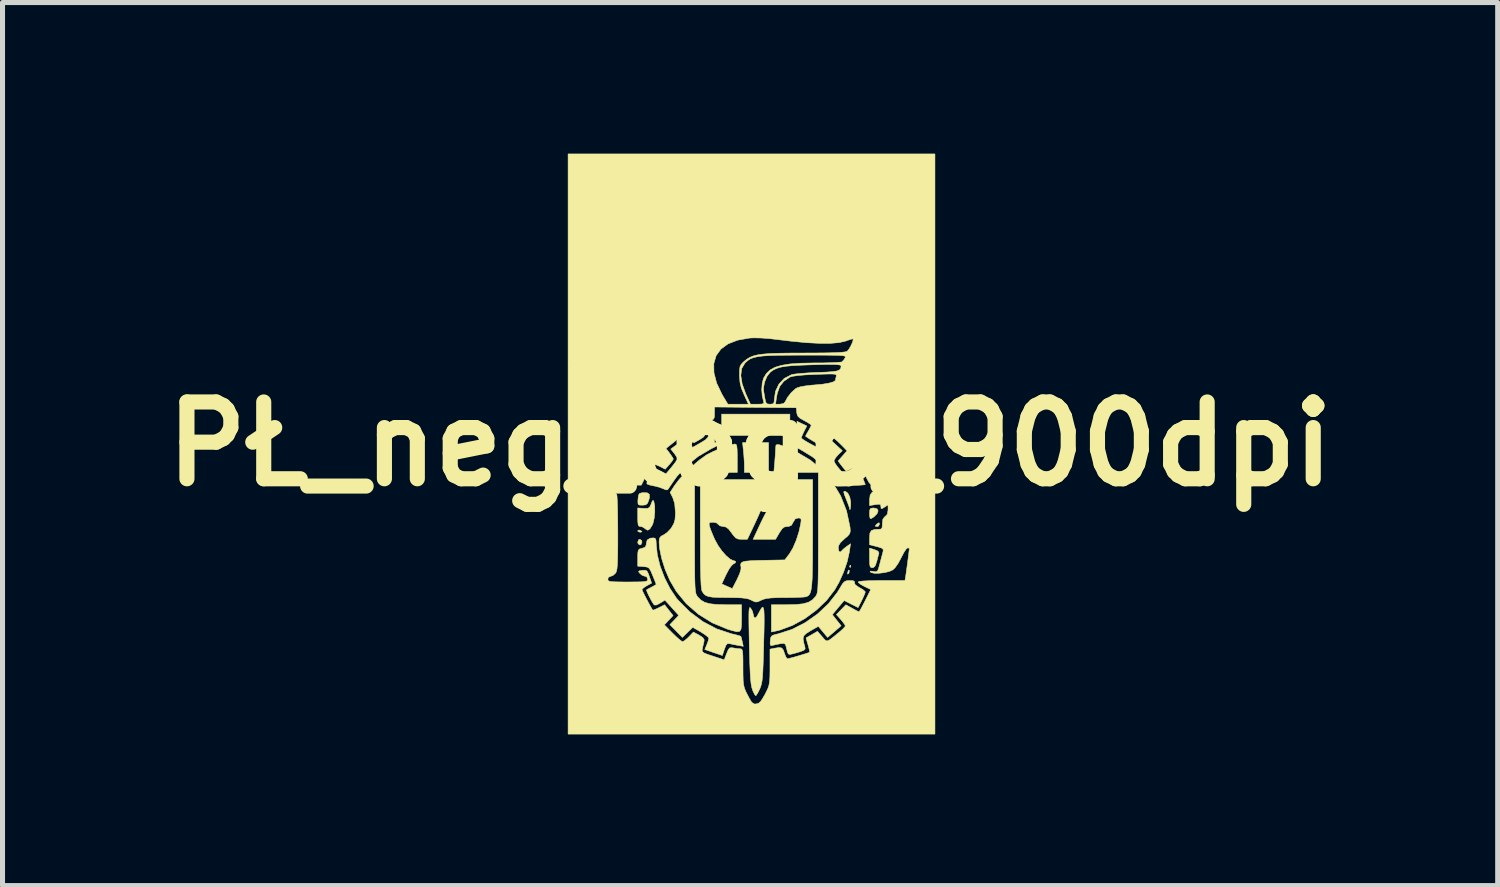
<source format=kicad_pcb>
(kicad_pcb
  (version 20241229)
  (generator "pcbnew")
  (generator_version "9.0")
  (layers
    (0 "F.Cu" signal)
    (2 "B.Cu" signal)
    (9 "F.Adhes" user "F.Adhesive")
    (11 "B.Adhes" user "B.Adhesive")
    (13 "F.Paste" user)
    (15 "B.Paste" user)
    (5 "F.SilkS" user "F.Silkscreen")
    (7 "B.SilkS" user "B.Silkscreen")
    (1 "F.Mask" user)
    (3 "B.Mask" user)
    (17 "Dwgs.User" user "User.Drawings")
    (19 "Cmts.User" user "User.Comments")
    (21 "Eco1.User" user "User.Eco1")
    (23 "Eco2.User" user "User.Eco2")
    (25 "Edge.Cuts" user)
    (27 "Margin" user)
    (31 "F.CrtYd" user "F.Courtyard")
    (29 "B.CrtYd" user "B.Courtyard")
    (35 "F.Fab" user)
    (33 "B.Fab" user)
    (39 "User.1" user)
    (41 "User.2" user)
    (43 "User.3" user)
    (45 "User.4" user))
  (footprint "PŁ_neg_logo_900dpi"
    (layer "F.Cu")
    (at 11.836 5.762)
    (property "Reference" "PŁ_neg_logo_900dpi" (at 0 0 0) (layer "F.SilkS") (effects (font (size 1.524 1.524) (thickness 0.3))))
    (attr through_hole)
    (fp_poly (pts (xy 0.79 -0.169) (xy -0.564 -0.169) (xy -0.564 -0.593) (xy 0.79 -0.593) (xy 0.79 -0.169)) (stroke (width 0.01) (type solid)) (fill yes) (layer "F.SilkS"))
    (fp_poly (pts (xy 1.994 2.408) (xy 1.998 2.442) (xy 1.994 2.446) (xy 1.978 2.442) (xy 1.976 2.427) (xy 1.986 2.404) (xy 1.994 2.408)) (stroke (width 0.01) (type solid)) (fill yes) (layer "F.SilkS"))
    (fp_poly (pts (xy 1.97 2.508) (xy 1.963 2.559) (xy 1.952 2.575) (xy 1.934 2.582) (xy 1.939 2.541) (xy 1.94 2.538) (xy 1.956 2.5) (xy 1.97 2.508)) (stroke (width 0.01) (type solid)) (fill yes) (layer "F.SilkS"))
    (fp_poly (pts (xy -2.187 1.711) (xy -2.15 1.731) (xy -2.145 1.739) (xy -2.168 1.749) (xy -2.187 1.75) (xy -2.225 1.735) (xy -2.23 1.722) (xy -2.209 1.707) (xy -2.187 1.711)) (stroke (width 0.01) (type solid)) (fill yes) (layer "F.SilkS"))
    (fp_poly (pts (xy -2.153 1.914) (xy -2.145 1.947) (xy -2.163 1.993) (xy -2.187 2.004) (xy -2.222 1.98) (xy -2.23 1.947) (xy -2.212 1.901) (xy -2.187 1.891) (xy -2.153 1.914)) (stroke (width 0.01) (type solid)) (fill yes) (layer "F.SilkS"))
    (fp_poly (pts (xy 0.367 0.564) (xy -0.113 0.564) (xy -0.113 0.442) (xy -0.116 0.343) (xy -0.124 0.221) (xy -0.131 0.145) (xy -0.149 -0.028) (xy 0.367 -0.028) (xy 0.367 0.564)) (stroke (width 0.01) (type solid)) (fill yes) (layer "F.SilkS"))
    (fp_poly (pts (xy 2.568 1.587) (xy 2.568 1.591) (xy 2.547 1.631) (xy 2.526 1.637) (xy 2.488 1.631) (xy 2.484 1.626) (xy 2.502 1.602) (xy 2.526 1.58) (xy 2.559 1.561) (xy 2.568 1.587)) (stroke (width 0.01) (type solid)) (fill yes) (layer "F.SilkS"))
    (fp_poly (pts (xy 2.52 1.285) (xy 2.541 1.325) (xy 2.522 1.38) (xy 2.463 1.441) (xy 2.406 1.479) (xy 2.382 1.476) (xy 2.372 1.428) (xy 2.371 1.385) (xy 2.374 1.311) (xy 2.391 1.279) (xy 2.435 1.27) (xy 2.455 1.27) (xy 2.52 1.285)) (stroke (width 0.01) (type solid)) (fill yes) (layer "F.SilkS"))
    (fp_poly (pts (xy 1.886 0.937) (xy 1.939 0.974) (xy 1.978 1.051) (xy 1.997 1.153) (xy 1.996 1.221) (xy 1.989 1.283) (xy 1.982 1.305) (xy 1.98 1.298) (xy 1.967 1.251) (xy 1.938 1.171) (xy 1.907 1.092) (xy 1.872 1.003) (xy 1.859 0.955) (xy 1.867 0.937) (xy 1.886 0.937)) (stroke (width 0.01) (type solid)) (fill yes) (layer "F.SilkS"))
    (fp_poly (pts (xy -2.042 0.968) (xy -1.999 0.998) (xy -1.997 1.063) (xy -2.009 1.109) (xy -2.036 1.178) (xy -2.072 1.207) (xy -2.137 1.214) (xy -2.197 1.211) (xy -2.223 1.192) (xy -2.227 1.141) (xy -2.224 1.094) (xy -2.215 1.018) (xy -2.194 0.981) (xy -2.149 0.968) (xy -2.131 0.966) (xy -2.042 0.968)) (stroke (width 0.01) (type solid)) (fill yes) (layer "F.SilkS"))
    (fp_poly (pts (xy 2.47 2.096) (xy 2.539 2.127) (xy 2.558 2.164) (xy 2.556 2.171) (xy 2.541 2.225) (xy 2.52 2.307) (xy 2.512 2.335) (xy 2.484 2.416) (xy 2.449 2.451) (xy 2.426 2.455) (xy 2.397 2.45) (xy 2.38 2.425) (xy 2.373 2.368) (xy 2.371 2.268) (xy 2.371 2.26) (xy 2.371 2.066) (xy 2.47 2.096)) (stroke (width 0.01) (type solid)) (fill yes) (layer "F.SilkS"))
    (fp_poly (pts (xy -1.91 1.14) (xy -1.893 1.229) (xy -1.891 1.348) (xy -1.903 1.471) (xy -1.927 1.576) (xy -1.94 1.607) (xy -1.988 1.684) (xy -2.03 1.711) (xy -2.072 1.689) (xy -2.083 1.678) (xy -2.141 1.643) (xy -2.174 1.637) (xy -2.204 1.631) (xy -2.221 1.605) (xy -2.228 1.546) (xy -2.23 1.453) (xy -2.23 1.269) (xy -2.113 1.277) (xy -2.037 1.278) (xy -1.997 1.26) (xy -1.971 1.21) (xy -1.963 1.187) (xy -1.939 1.128) (xy -1.922 1.119) (xy -1.91 1.14)) (stroke (width 0.01) (type solid)) (fill yes) (layer "F.SilkS"))
    (fp_poly (pts (xy 1.028 -0.404) (xy 1.126 -0.358) (xy 1.071 -0.251) (xy 1.037 -0.179) (xy 1.018 -0.13) (xy 1.016 -0.121) (xy 1.039 -0.098) (xy 1.101 -0.058) (xy 1.187 -0.008) (xy 1.199 -0.002) (xy 1.382 0.095) (xy 1.474 -0.008) (xy 1.566 -0.112) (xy 1.699 0.011) (xy 1.831 0.133) (xy 1.748 0.213) (xy 1.696 0.274) (xy 1.668 0.327) (xy 1.666 0.337) (xy 1.685 0.381) (xy 1.732 0.448) (xy 1.78 0.506) (xy 1.893 0.631) (xy 2.023 0.568) (xy 2.097 0.534) (xy 2.148 0.515) (xy 2.161 0.514) (xy 2.176 0.543) (xy 2.204 0.605) (xy 2.237 0.68) (xy 2.266 0.751) (xy 2.284 0.797) (xy 2.286 0.805) (xy 2.26 0.81) (xy 2.19 0.816) (xy 2.089 0.821) (xy 2.033 0.823) (xy 1.78 0.833) (xy 1.659 0.666) (xy 1.471 0.449) (xy 1.241 0.257) (xy 0.984 0.1) (xy 0.85 0.038) (xy 0.691 -0.027) (xy 0.811 -0.028) (xy 0.931 -0.028) (xy 0.931 -0.451) (xy 1.028 -0.404)) (stroke (width 0.01) (type solid)) (fill yes) (layer "F.SilkS"))
    (fp_poly (pts (xy 0.265 3.254) (xy 0.275 3.305) (xy 0.279 3.396) (xy 0.28 3.531) (xy 0.277 3.714) (xy 0.271 3.949) (xy 0.271 3.968) (xy 0.265 4.199) (xy 0.259 4.38) (xy 0.253 4.52) (xy 0.246 4.626) (xy 0.237 4.705) (xy 0.225 4.765) (xy 0.211 4.814) (xy 0.193 4.859) (xy 0.192 4.861) (xy 0.154 4.937) (xy 0.124 4.985) (xy 0.112 4.995) (xy 0.091 4.971) (xy 0.061 4.911) (xy 0.047 4.875) (xy 0.032 4.826) (xy 0.02 4.759) (xy 0.01 4.667) (xy 0.002 4.544) (xy -0.005 4.383) (xy -0.011 4.177) (xy -0.016 3.979) (xy -0.02 3.75) (xy -0.023 3.572) (xy -0.024 3.438) (xy -0.023 3.345) (xy -0.019 3.285) (xy -0.013 3.254) (xy -0.004 3.245) (xy 0.008 3.253) (xy 0.012 3.258) (xy 0.047 3.318) (xy 0.057 3.357) (xy 0.072 3.42) (xy 0.082 3.44) (xy 0.104 3.453) (xy 0.134 3.423) (xy 0.166 3.365) (xy 0.202 3.298) (xy 0.229 3.254) (xy 0.25 3.238) (xy 0.265 3.254)) (stroke (width 0.01) (type solid)) (fill yes) (layer "F.SilkS"))
    (fp_poly (pts (xy -0.706 -0.028) (xy -0.614 -0.028) (xy -0.579 -0.025) (xy -0.575 -0.014) (xy -0.608 0.01) (xy -0.684 0.05) (xy -0.776 0.096) (xy -1.029 0.245) (xy -1.258 0.43) (xy -1.449 0.639) (xy -1.511 0.725) (xy -1.568 0.809) (xy -1.613 0.875) (xy -1.636 0.908) (xy -1.636 0.908) (xy -1.668 0.91) (xy -1.722 0.888) (xy -1.796 0.859) (xy -1.89 0.835) (xy -1.912 0.831) (xy -1.99 0.814) (xy -2.04 0.795) (xy -2.048 0.788) (xy -2.045 0.75) (xy -2.02 0.685) (xy -2.006 0.657) (xy -1.955 0.562) (xy -1.919 0.51) (xy -1.885 0.493) (xy -1.841 0.505) (xy -1.784 0.533) (xy -1.669 0.592) (xy -1.554 0.454) (xy -1.495 0.379) (xy -1.453 0.32) (xy -1.439 0.292) (xy -1.456 0.256) (xy -1.496 0.198) (xy -1.507 0.184) (xy -1.574 0.1) (xy -1.431 -0.006) (xy -1.288 -0.113) (xy -1.213 -0.023) (xy -1.139 0.066) (xy -0.976 -0.027) (xy -0.883 -0.085) (xy -0.834 -0.136) (xy -0.825 -0.195) (xy -0.847 -0.279) (xy -0.861 -0.314) (xy -0.857 -0.354) (xy -0.806 -0.385) (xy -0.792 -0.39) (xy -0.706 -0.42) (xy -0.706 -0.028)) (stroke (width 0.01) (type solid)) (fill yes) (layer "F.SilkS"))
    (fp_poly (pts (xy 2.049 2.714) (xy 2.074 2.732) (xy 2.071 2.75) (xy 2.085 2.791) (xy 2.153 2.84) (xy 2.171 2.849) (xy 2.24 2.89) (xy 2.281 2.926) (xy 2.286 2.937) (xy 2.274 2.976) (xy 2.243 3.047) (xy 2.215 3.106) (xy 2.144 3.246) (xy 2.005 3.176) (xy 1.867 3.106) (xy 1.749 3.246) (xy 1.632 3.386) (xy 1.807 3.607) (xy 1.673 3.723) (xy 1.538 3.838) (xy 1.354 3.618) (xy 1.198 3.707) (xy 1.113 3.76) (xy 1.066 3.807) (xy 1.052 3.864) (xy 1.066 3.949) (xy 1.088 4.027) (xy 1.093 4.064) (xy 1.071 4.091) (xy 1.012 4.115) (xy 0.957 4.133) (xy 0.858 4.161) (xy 0.8 4.174) (xy 0.77 4.172) (xy 0.754 4.158) (xy 0.753 4.156) (xy 0.739 4.116) (xy 0.722 4.047) (xy 0.72 4.04) (xy 0.703 3.979) (xy 0.674 3.957) (xy 0.615 3.961) (xy 0.597 3.964) (xy 0.513 3.98) (xy 0.447 3.996) (xy 0.443 3.997) (xy 0.41 4) (xy 0.398 3.971) (xy 0.4 3.906) (xy 0.408 3.846) (xy 0.428 3.81) (xy 0.474 3.787) (xy 0.561 3.766) (xy 0.567 3.764) (xy 0.833 3.678) (xy 1.095 3.544) (xy 1.339 3.372) (xy 1.555 3.169) (xy 1.731 2.945) (xy 1.782 2.861) (xy 1.832 2.777) (xy 1.872 2.732) (xy 1.915 2.713) (xy 1.977 2.709) (xy 2.049 2.714)) (stroke (width 0.01) (type solid)) (fill yes) (layer "F.SilkS"))
    (fp_poly (pts (xy 0.586 0.016) (xy 0.644 0.036) (xy 0.737 0.074) (xy 0.852 0.125) (xy 0.929 0.161) (xy 1.199 0.321) (xy 1.436 0.523) (xy 1.638 0.762) (xy 1.799 1.033) (xy 1.915 1.328) (xy 1.982 1.642) (xy 1.984 1.658) (xy 1.989 1.729) (xy 1.977 1.778) (xy 1.939 1.825) (xy 1.874 1.88) (xy 1.796 1.953) (xy 1.758 2.014) (xy 1.75 2.064) (xy 1.761 2.126) (xy 1.788 2.145) (xy 1.82 2.118) (xy 1.852 2.084) (xy 1.91 2.038) (xy 1.915 2.035) (xy 1.994 1.979) (xy 1.968 2.153) (xy 1.926 2.339) (xy 1.855 2.544) (xy 1.765 2.745) (xy 1.681 2.892) (xy 1.519 3.102) (xy 1.317 3.295) (xy 1.088 3.464) (xy 0.843 3.599) (xy 0.596 3.691) (xy 0.515 3.711) (xy 0.423 3.73) (xy 0.423 3.189) (xy 0.735 3.189) (xy 0.917 3.185) (xy 1.054 3.17) (xy 1.156 3.141) (xy 1.233 3.096) (xy 1.293 3.034) (xy 1.308 3.013) (xy 1.321 2.991) (xy 1.33 2.961) (xy 1.338 2.919) (xy 1.344 2.858) (xy 1.348 2.773) (xy 1.351 2.659) (xy 1.353 2.512) (xy 1.354 2.324) (xy 1.355 2.092) (xy 1.355 1.81) (xy 1.355 1.76) (xy 1.355 0.564) (xy 0.471 0.564) (xy 0.49 0.349) (xy 0.499 0.235) (xy 0.505 0.135) (xy 0.508 0.07) (xy 0.508 0.066) (xy 0.515 0.019) (xy 0.549 0.01) (xy 0.586 0.016)) (stroke (width 0.01) (type solid)) (fill yes) (layer "F.SilkS"))
    (fp_poly (pts (xy -0.277 0.009) (xy -0.264 0.041) (xy -0.257 0.107) (xy -0.254 0.215) (xy -0.254 0.282) (xy -0.254 0.564) (xy -1.101 0.564) (xy -1.101 1.76) (xy -1.101 2.051) (xy -1.1 2.291) (xy -1.099 2.485) (xy -1.098 2.639) (xy -1.095 2.757) (xy -1.091 2.846) (xy -1.085 2.91) (xy -1.078 2.956) (xy -1.068 2.987) (xy -1.056 3.01) (xy -1.042 3.03) (xy -1.039 3.034) (xy -0.977 3.097) (xy -0.9 3.142) (xy -0.797 3.17) (xy -0.659 3.185) (xy -0.481 3.189) (xy -0.169 3.189) (xy -0.169 3.457) (xy -0.171 3.591) (xy -0.18 3.676) (xy -0.208 3.718) (xy -0.263 3.725) (xy -0.354 3.703) (xy -0.452 3.673) (xy -0.752 3.548) (xy -1.024 3.379) (xy -1.264 3.17) (xy -1.464 2.925) (xy -1.593 2.705) (xy -1.686 2.489) (xy -1.755 2.271) (xy -1.796 2.069) (xy -1.806 1.944) (xy -1.799 1.87) (xy -1.766 1.829) (xy -1.719 1.805) (xy -1.65 1.759) (xy -1.579 1.686) (xy -1.557 1.656) (xy -1.513 1.578) (xy -1.49 1.5) (xy -1.482 1.397) (xy -1.482 1.357) (xy -1.496 1.182) (xy -1.534 1.066) (xy -1.587 0.96) (xy -1.497 0.821) (xy -1.409 0.705) (xy -1.288 0.573) (xy -1.15 0.44) (xy -1.008 0.319) (xy -0.879 0.226) (xy -0.845 0.205) (xy -0.742 0.153) (xy -0.622 0.1) (xy -0.499 0.053) (xy -0.39 0.018) (xy -0.311 0.001) (xy -0.297 0) (xy -0.277 0.009)) (stroke (width 0.01) (type solid)) (fill yes) (layer "F.SilkS"))
    (fp_poly (pts (xy -1.884 1.871) (xy -1.867 1.907) (xy -1.862 1.982) (xy -1.862 1.997) (xy -1.841 2.2) (xy -1.785 2.424) (xy -1.698 2.653) (xy -1.588 2.869) (xy -1.462 3.058) (xy -1.428 3.098) (xy -1.196 3.331) (xy -0.937 3.524) (xy -0.659 3.67) (xy -0.371 3.765) (xy -0.371 3.765) (xy -0.278 3.787) (xy -0.211 3.806) (xy -0.184 3.815) (xy -0.173 3.846) (xy -0.158 3.91) (xy -0.155 3.92) (xy -0.135 4.015) (xy -0.244 3.995) (xy -0.331 3.979) (xy -0.403 3.963) (xy -0.411 3.962) (xy -0.45 3.962) (xy -0.479 3.995) (xy -0.509 4.07) (xy -0.51 4.072) (xy -0.55 4.197) (xy -0.725 4.138) (xy -0.899 4.078) (xy -0.859 3.983) (xy -0.832 3.911) (xy -0.819 3.859) (xy -0.818 3.855) (xy -0.841 3.825) (xy -0.901 3.779) (xy -0.978 3.73) (xy -1.138 3.638) (xy -1.241 3.738) (xy -1.343 3.838) (xy -1.592 3.585) (xy -1.416 3.401) (xy -1.553 3.249) (xy -1.69 3.098) (xy -1.787 3.158) (xy -1.855 3.194) (xy -1.895 3.196) (xy -1.912 3.182) (xy -1.942 3.136) (xy -1.98 3.067) (xy -2.018 2.992) (xy -2.046 2.929) (xy -2.056 2.895) (xy -2.055 2.894) (xy -2.026 2.877) (xy -1.967 2.846) (xy -1.954 2.839) (xy -1.895 2.807) (xy -1.864 2.788) (xy -1.863 2.786) (xy -1.873 2.759) (xy -1.898 2.694) (xy -1.932 2.611) (xy -1.971 2.519) (xy -2.002 2.467) (xy -2.04 2.443) (xy -2.096 2.434) (xy -2.115 2.433) (xy -2.23 2.424) (xy -2.23 2.255) (xy -2.228 2.162) (xy -2.219 2.11) (xy -2.196 2.084) (xy -2.152 2.072) (xy -2.145 2.07) (xy -2.084 2.048) (xy -2.062 2.004) (xy -2.06 1.975) (xy -2.042 1.905) (xy -1.983 1.869) (xy -1.917 1.863) (xy -1.884 1.871)) (stroke (width 0.01) (type solid)) (fill yes) (layer "F.SilkS"))
    (fp_poly (pts (xy 1.242 1.779) (xy 1.241 2.072) (xy 1.24 2.314) (xy 1.237 2.509) (xy 1.233 2.664) (xy 1.225 2.783) (xy 1.215 2.871) (xy 1.201 2.934) (xy 1.183 2.977) (xy 1.16 3.005) (xy 1.132 3.023) (xy 1.114 3.03) (xy 1.069 3.037) (xy 0.981 3.042) (xy 0.86 3.046) (xy 0.719 3.048) (xy 0.695 3.048) (xy 0.532 3.049) (xy 0.413 3.055) (xy 0.328 3.065) (xy 0.265 3.081) (xy 0.222 3.099) (xy 0.154 3.131) (xy 0.106 3.135) (xy 0.05 3.112) (xy 0.026 3.099) (xy -0.025 3.077) (xy -0.088 3.063) (xy -0.175 3.053) (xy -0.297 3.049) (xy -0.451 3.047) (xy -0.619 3.045) (xy -0.74 3.04) (xy -0.824 3.027) (xy -0.88 3.005) (xy -0.919 2.972) (xy -0.951 2.924) (xy -0.955 2.916) (xy -0.964 2.877) (xy -0.972 2.799) (xy -0.978 2.677) (xy -0.983 2.51) (xy -0.986 2.295) (xy -0.987 2.028) (xy -0.988 1.78) (xy -0.988 1.581) (xy -0.814 1.581) (xy -0.806 1.63) (xy -0.785 1.694) (xy -0.747 1.789) (xy -0.701 1.895) (xy -0.699 1.898) (xy -0.637 2.012) (xy -0.56 2.121) (xy -0.476 2.216) (xy -0.398 2.283) (xy -0.334 2.314) (xy -0.325 2.314) (xy -0.287 2.328) (xy -0.291 2.357) (xy -0.335 2.383) (xy -0.372 2.417) (xy -0.421 2.488) (xy -0.472 2.584) (xy -0.474 2.588) (xy -0.562 2.776) (xy -0.353 2.87) (xy -0.259 2.688) (xy -0.207 2.573) (xy -0.181 2.485) (xy -0.18 2.445) (xy -0.188 2.398) (xy -0.179 2.364) (xy -0.147 2.34) (xy -0.084 2.325) (xy 0.016 2.316) (xy 0.162 2.31) (xy 0.268 2.308) (xy 0.689 2.3) (xy 0.781 2.179) (xy 0.85 2.064) (xy 0.915 1.913) (xy 0.97 1.742) (xy 1.006 1.577) (xy 1.014 1.506) (xy 1.003 1.475) (xy 0.966 1.468) (xy 0.955 1.468) (xy 0.896 1.486) (xy 0.857 1.549) (xy 0.855 1.552) (xy 0.82 1.614) (xy 0.766 1.636) (xy 0.739 1.637) (xy 0.682 1.646) (xy 0.637 1.68) (xy 0.587 1.752) (xy 0.58 1.764) (xy 0.506 1.891) (xy 0.06 1.891) (xy 0.202 1.587) (xy 0.261 1.466) (xy 0.315 1.361) (xy 0.359 1.286) (xy 0.384 1.253) (xy 0.421 1.202) (xy 0.402 1.153) (xy 0.366 1.129) (xy 0.301 1.111) (xy 0.265 1.139) (xy 0.26 1.179) (xy 0.249 1.222) (xy 0.217 1.304) (xy 0.17 1.414) (xy 0.112 1.541) (xy 0.104 1.559) (xy -0.054 1.891) (xy -0.167 1.891) (xy -0.236 1.886) (xy -0.286 1.863) (xy -0.334 1.81) (xy -0.367 1.764) (xy -0.428 1.685) (xy -0.481 1.647) (xy -0.535 1.637) (xy -0.6 1.623) (xy -0.631 1.595) (xy -0.67 1.563) (xy -0.736 1.552) (xy -0.796 1.557) (xy -0.814 1.581) (xy -0.988 1.581) (xy -0.988 0.706) (xy 1.242 0.706) (xy 1.242 1.779)) (stroke (width 0.01) (type solid)) (fill yes) (layer "F.SilkS"))
    (fp_poly (pts (xy 3.669 5.757) (xy -3.612 5.757) (xy -3.612 0.861) (xy -2.822 0.861) (xy -2.799 0.901) (xy -2.745 0.934) (xy -2.682 0.966) (xy -2.647 0.997) (xy -2.641 1.033) (xy -2.636 1.118) (xy -2.631 1.243) (xy -2.628 1.402) (xy -2.626 1.585) (xy -2.625 1.765) (xy -2.625 1.994) (xy -2.627 2.173) (xy -2.63 2.309) (xy -2.635 2.409) (xy -2.642 2.479) (xy -2.652 2.526) (xy -2.665 2.556) (xy -2.669 2.562) (xy -2.721 2.609) (xy -2.767 2.625) (xy -2.813 2.645) (xy -2.822 2.681) (xy -2.819 2.703) (xy -2.805 2.719) (xy -2.77 2.729) (xy -2.706 2.734) (xy -2.604 2.737) (xy -2.456 2.738) (xy -2.427 2.738) (xy -2.271 2.737) (xy -2.162 2.735) (xy -2.093 2.73) (xy -2.054 2.721) (xy -2.036 2.706) (xy -2.032 2.685) (xy -2.032 2.681) (xy -2.052 2.634) (xy -2.084 2.625) (xy -2.142 2.605) (xy -2.184 2.571) (xy -2.213 2.535) (xy -2.202 2.518) (xy -2.144 2.508) (xy -2.138 2.507) (xy -2.081 2.504) (xy -2.046 2.521) (xy -2.02 2.571) (xy -1.999 2.629) (xy -1.954 2.761) (xy -2.05 2.812) (xy -2.111 2.851) (xy -2.143 2.884) (xy -2.145 2.889) (xy -2.133 2.921) (xy -2.101 2.987) (xy -2.057 3.072) (xy -2.01 3.161) (xy -1.968 3.238) (xy -1.937 3.289) (xy -1.932 3.297) (xy -1.905 3.291) (xy -1.845 3.265) (xy -1.811 3.248) (xy -1.697 3.19) (xy -1.528 3.404) (xy -1.701 3.589) (xy -1.536 3.756) (xy -1.456 3.833) (xy -1.389 3.891) (xy -1.347 3.921) (xy -1.34 3.923) (xy -1.303 3.904) (xy -1.246 3.856) (xy -1.217 3.828) (xy -1.125 3.732) (xy -1.013 3.792) (xy -0.94 3.839) (xy -0.912 3.881) (xy -0.913 3.909) (xy -0.928 3.978) (xy -0.945 4.05) (xy -0.952 4.092) (xy -0.945 4.121) (xy -0.915 4.145) (xy -0.85 4.172) (xy -0.741 4.208) (xy -0.739 4.209) (xy -0.513 4.283) (xy -0.465 4.157) (xy -0.433 4.081) (xy -0.404 4.047) (xy -0.363 4.042) (xy -0.332 4.047) (xy -0.252 4.06) (xy -0.194 4.064) (xy -0.172 4.068) (xy -0.158 4.086) (xy -0.148 4.126) (xy -0.143 4.198) (xy -0.141 4.311) (xy -0.141 4.432) (xy -0.14 4.586) (xy -0.137 4.697) (xy -0.128 4.778) (xy -0.113 4.842) (xy -0.089 4.902) (xy -0.067 4.947) (xy -0.022 5.033) (xy 0.017 5.102) (xy 0.035 5.129) (xy 0.092 5.162) (xy 0.161 5.149) (xy 0.204 5.115) (xy 0.241 5.063) (xy 0.289 4.981) (xy 0.321 4.919) (xy 0.353 4.852) (xy 0.374 4.79) (xy 0.386 4.719) (xy 0.393 4.626) (xy 0.395 4.496) (xy 0.395 4.421) (xy 0.395 4.071) (xy 0.483 4.053) (xy 0.575 4.039) (xy 0.628 4.048) (xy 0.66 4.088) (xy 0.681 4.149) (xy 0.707 4.219) (xy 0.733 4.258) (xy 0.741 4.262) (xy 0.778 4.254) (xy 0.851 4.235) (xy 0.943 4.209) (xy 1.039 4.18) (xy 1.12 4.155) (xy 1.172 4.137) (xy 1.181 4.133) (xy 1.179 4.103) (xy 1.164 4.037) (xy 1.15 3.986) (xy 1.11 3.848) (xy 1.338 3.717) (xy 1.43 3.824) (xy 1.472 3.873) (xy 1.503 3.901) (xy 1.535 3.907) (xy 1.578 3.886) (xy 1.643 3.837) (xy 1.741 3.757) (xy 1.757 3.745) (xy 1.828 3.683) (xy 1.876 3.634) (xy 1.891 3.611) (xy 1.874 3.577) (xy 1.83 3.518) (xy 1.802 3.485) (xy 1.713 3.384) (xy 1.807 3.287) (xy 1.901 3.19) (xy 2.027 3.26) (xy 2.1 3.3) (xy 2.15 3.325) (xy 2.162 3.33) (xy 2.179 3.307) (xy 2.214 3.244) (xy 2.261 3.154) (xy 2.284 3.109) (xy 2.395 2.888) (xy 2.27 2.827) (xy 2.197 2.787) (xy 2.152 2.751) (xy 2.145 2.738) (xy 2.173 2.726) (xy 2.253 2.718) (xy 2.383 2.712) (xy 2.559 2.709) (xy 2.609 2.709) (xy 3.074 2.709) (xy 3.089 2.618) (xy 3.098 2.555) (xy 3.111 2.462) (xy 3.126 2.353) (xy 3.14 2.244) (xy 3.152 2.151) (xy 3.159 2.089) (xy 3.161 2.072) (xy 3.138 2.061) (xy 3.126 2.061) (xy 3.097 2.085) (xy 3.055 2.148) (xy 3.008 2.238) (xy 3 2.254) (xy 2.938 2.369) (xy 2.875 2.458) (xy 2.83 2.499) (xy 2.758 2.531) (xy 2.66 2.553) (xy 2.556 2.565) (xy 2.463 2.565) (xy 2.4 2.55) (xy 2.391 2.543) (xy 2.381 2.523) (xy 2.417 2.523) (xy 2.445 2.528) (xy 2.492 2.535) (xy 2.522 2.525) (xy 2.544 2.488) (xy 2.566 2.411) (xy 2.578 2.366) (xy 2.604 2.264) (xy 2.628 2.176) (xy 2.64 2.13) (xy 2.642 2.094) (xy 2.617 2.068) (xy 2.551 2.045) (xy 2.514 2.035) (xy 2.371 1.999) (xy 2.371 1.863) (xy 2.378 1.769) (xy 2.408 1.717) (xy 2.472 1.696) (xy 2.542 1.693) (xy 2.595 1.689) (xy 2.619 1.664) (xy 2.625 1.602) (xy 2.625 1.581) (xy 2.634 1.496) (xy 2.667 1.448) (xy 2.681 1.439) (xy 2.724 1.393) (xy 2.738 1.31) (xy 2.738 1.308) (xy 2.738 1.207) (xy 2.667 1.253) (xy 2.618 1.283) (xy 2.599 1.277) (xy 2.596 1.242) (xy 2.59 1.206) (xy 2.561 1.194) (xy 2.493 1.201) (xy 2.484 1.203) (xy 2.371 1.221) (xy 2.371 1.108) (xy 2.383 1.011) (xy 2.425 0.954) (xy 2.506 0.928) (xy 2.511 0.927) (xy 2.569 0.902) (xy 2.591 0.868) (xy 2.587 0.835) (xy 2.549 0.821) (xy 2.491 0.818) (xy 2.435 0.816) (xy 2.396 0.803) (xy 2.362 0.767) (xy 2.324 0.699) (xy 2.286 0.621) (xy 2.238 0.528) (xy 2.197 0.458) (xy 2.17 0.425) (xy 2.167 0.423) (xy 2.129 0.435) (xy 2.062 0.465) (xy 2.032 0.48) (xy 1.962 0.514) (xy 1.917 0.534) (xy 1.909 0.536) (xy 1.887 0.516) (xy 1.844 0.465) (xy 1.822 0.437) (xy 1.746 0.337) (xy 1.924 0.134) (xy 1.816 0.022) (xy 1.737 -0.054) (xy 1.659 -0.122) (xy 1.626 -0.148) (xy 1.545 -0.206) (xy 1.365 0.008) (xy 1.233 -0.069) (xy 1.16 -0.114) (xy 1.112 -0.146) (xy 1.101 -0.157) (xy 1.114 -0.186) (xy 1.147 -0.243) (xy 1.157 -0.26) (xy 1.193 -0.325) (xy 1.213 -0.369) (xy 1.213 -0.373) (xy 1.19 -0.397) (xy 1.131 -0.434) (xy 1.074 -0.465) (xy 0.991 -0.512) (xy 0.947 -0.554) (xy 0.929 -0.606) (xy 0.926 -0.627) (xy 0.917 -0.72) (xy 0.106 -0.727) (xy -0.706 -0.735) (xy -0.706 -0.611) (xy -0.708 -0.535) (xy -0.726 -0.494) (xy -0.774 -0.469) (xy -0.832 -0.452) (xy -0.903 -0.428) (xy -0.939 -0.399) (xy -0.945 -0.35) (xy -0.923 -0.269) (xy -0.903 -0.212) (xy -0.9 -0.171) (xy -0.93 -0.134) (xy -0.999 -0.089) (xy -1.115 -0.024) (xy -1.19 -0.114) (xy -1.246 -0.168) (xy -1.293 -0.191) (xy -1.303 -0.189) (xy -1.343 -0.165) (xy -1.411 -0.115) (xy -1.496 -0.05) (xy -1.505 -0.043) (xy -1.669 0.088) (xy -1.596 0.183) (xy -1.552 0.246) (xy -1.526 0.29) (xy -1.524 0.298) (xy -1.541 0.329) (xy -1.584 0.385) (xy -1.604 0.408) (xy -1.684 0.5) (xy -1.79 0.445) (xy -1.863 0.414) (xy -1.918 0.403) (xy -1.929 0.404) (xy -1.956 0.434) (xy -1.999 0.502) (xy -2.049 0.594) (xy -2.06 0.617) (xy -2.159 0.816) (xy -2.491 0.817) (xy -2.635 0.819) (xy -2.731 0.823) (xy -2.789 0.831) (xy -2.816 0.845) (xy -2.822 0.861) (xy -3.612 0.861) (xy -3.612 -1.595) (xy -0.72 -1.595) (xy -0.717 -1.414) (xy -0.664 -1.211) (xy -0.559 -0.989) (xy -0.529 -0.938) (xy -0.44 -0.79) (xy -0.032 -0.79) (xy -0.12 -0.981) (xy -0.173 -1.108) (xy -0.2 -1.22) (xy -0.21 -1.344) (xy -0.21 -1.36) (xy -0.184 -1.36) (xy -0.157 -1.192) (xy -0.085 -0.995) (xy -0.085 -0.995) (xy 0.008 -0.79) (xy 0.148 -0.79) (xy 0.23 -0.793) (xy 0.268 -0.803) (xy 0.273 -0.827) (xy 0.269 -0.84) (xy 0.241 -0.952) (xy 0.231 -1.084) (xy 0.234 -1.117) (xy 0.266 -1.117) (xy 0.27 -1.05) (xy 0.28 -0.99) (xy 0.294 -0.908) (xy 0.296 -0.896) (xy 0.312 -0.826) (xy 0.341 -0.796) (xy 0.396 -0.79) (xy 0.505 -0.79) (xy 0.592 -0.79) (xy 0.669 -0.806) (xy 0.697 -0.84) (xy 0.745 -0.929) (xy 0.819 -1.022) (xy 0.9 -1.096) (xy 0.929 -1.113) (xy 0.992 -1.134) (xy 1.094 -1.153) (xy 1.217 -1.168) (xy 1.273 -1.172) (xy 1.436 -1.187) (xy 1.565 -1.208) (xy 1.652 -1.233) (xy 1.692 -1.26) (xy 1.694 -1.266) (xy 1.701 -1.305) (xy 1.709 -1.341) (xy 1.713 -1.362) (xy 1.705 -1.377) (xy 1.678 -1.386) (xy 1.624 -1.39) (xy 1.534 -1.389) (xy 1.401 -1.385) (xy 1.293 -1.381) (xy 1.096 -1.372) (xy 0.943 -1.359) (xy 0.837 -1.343) (xy 0.79 -1.328) (xy 0.67 -1.246) (xy 0.589 -1.144) (xy 0.54 -1.008) (xy 0.524 -0.924) (xy 0.505 -0.79) (xy 0.396 -0.79) (xy 0.455 -0.797) (xy 0.477 -0.829) (xy 0.48 -0.879) (xy 0.504 -1.045) (xy 0.572 -1.189) (xy 0.678 -1.302) (xy 0.816 -1.373) (xy 0.839 -1.38) (xy 0.906 -1.391) (xy 1.016 -1.402) (xy 1.154 -1.412) (xy 1.308 -1.42) (xy 1.352 -1.421) (xy 1.522 -1.428) (xy 1.643 -1.437) (xy 1.724 -1.45) (xy 1.773 -1.47) (xy 1.798 -1.498) (xy 1.805 -1.537) (xy 1.806 -1.549) (xy 1.797 -1.562) (xy 1.768 -1.571) (xy 1.71 -1.577) (xy 1.618 -1.579) (xy 1.484 -1.578) (xy 1.302 -1.574) (xy 1.249 -1.573) (xy 1.023 -1.565) (xy 0.846 -1.556) (xy 0.709 -1.543) (xy 0.605 -1.525) (xy 0.524 -1.5) (xy 0.459 -1.468) (xy 0.401 -1.426) (xy 0.398 -1.423) (xy 0.336 -1.343) (xy 0.289 -1.232) (xy 0.266 -1.117) (xy 0.234 -1.117) (xy 0.241 -1.212) (xy 0.268 -1.308) (xy 0.323 -1.398) (xy 0.396 -1.469) (xy 0.495 -1.523) (xy 0.625 -1.562) (xy 0.792 -1.589) (xy 1.003 -1.604) (xy 1.262 -1.609) (xy 1.297 -1.609) (xy 1.46 -1.61) (xy 1.604 -1.614) (xy 1.719 -1.619) (xy 1.796 -1.625) (xy 1.823 -1.63) (xy 1.861 -1.671) (xy 1.884 -1.707) (xy 1.891 -1.723) (xy 1.89 -1.736) (xy 1.875 -1.746) (xy 1.84 -1.753) (xy 1.779 -1.758) (xy 1.688 -1.761) (xy 1.559 -1.763) (xy 1.388 -1.764) (xy 1.168 -1.764) (xy 1.063 -1.764) (xy 0.794 -1.763) (xy 0.575 -1.761) (xy 0.4 -1.756) (xy 0.263 -1.748) (xy 0.157 -1.735) (xy 0.075 -1.717) (xy 0.012 -1.694) (xy -0.038 -1.663) (xy -0.083 -1.624) (xy -0.104 -1.603) (xy -0.167 -1.497) (xy -0.184 -1.36) (xy -0.21 -1.36) (xy -0.21 -1.364) (xy -0.209 -1.468) (xy -0.2 -1.535) (xy -0.177 -1.581) (xy -0.134 -1.626) (xy -0.121 -1.638) (xy -0.065 -1.683) (xy -0.006 -1.719) (xy 0.064 -1.748) (xy 0.152 -1.77) (xy 0.262 -1.785) (xy 0.403 -1.796) (xy 0.581 -1.802) (xy 0.803 -1.805) (xy 1.072 -1.806) (xy 1.327 -1.807) (xy 1.53 -1.809) (xy 1.686 -1.813) (xy 1.8 -1.819) (xy 1.876 -1.827) (xy 1.918 -1.837) (xy 1.927 -1.841) (xy 1.961 -1.881) (xy 1.997 -1.942) (xy 2.028 -2.009) (xy 2.045 -2.063) (xy 2.041 -2.088) (xy 2.039 -2.088) (xy 2.002 -2.079) (xy 1.932 -2.056) (xy 1.891 -2.041) (xy 1.768 -2.013) (xy 1.595 -1.998) (xy 1.378 -1.998) (xy 1.122 -2.011) (xy 0.832 -2.039) (xy 0.663 -2.059) (xy 0.42 -2.088) (xy 0.225 -2.104) (xy 0.072 -2.107) (xy -0.012 -2.103) (xy -0.247 -2.061) (xy -0.436 -1.988) (xy -0.579 -1.884) (xy -0.674 -1.753) (xy -0.72 -1.595) (xy -3.612 -1.595) (xy -3.612 -5.757) (xy 3.669 -5.757) (xy 3.669 5.757)) (stroke (width 0.01) (type solid)) (fill yes) (layer "F.SilkS")))
  (gr_rect
    (start -3 -3)
    (end 26.673 14.525)
    (stroke (width 0.1) (type default))
    (fill no)
    (layer "Edge.Cuts")))
</source>
